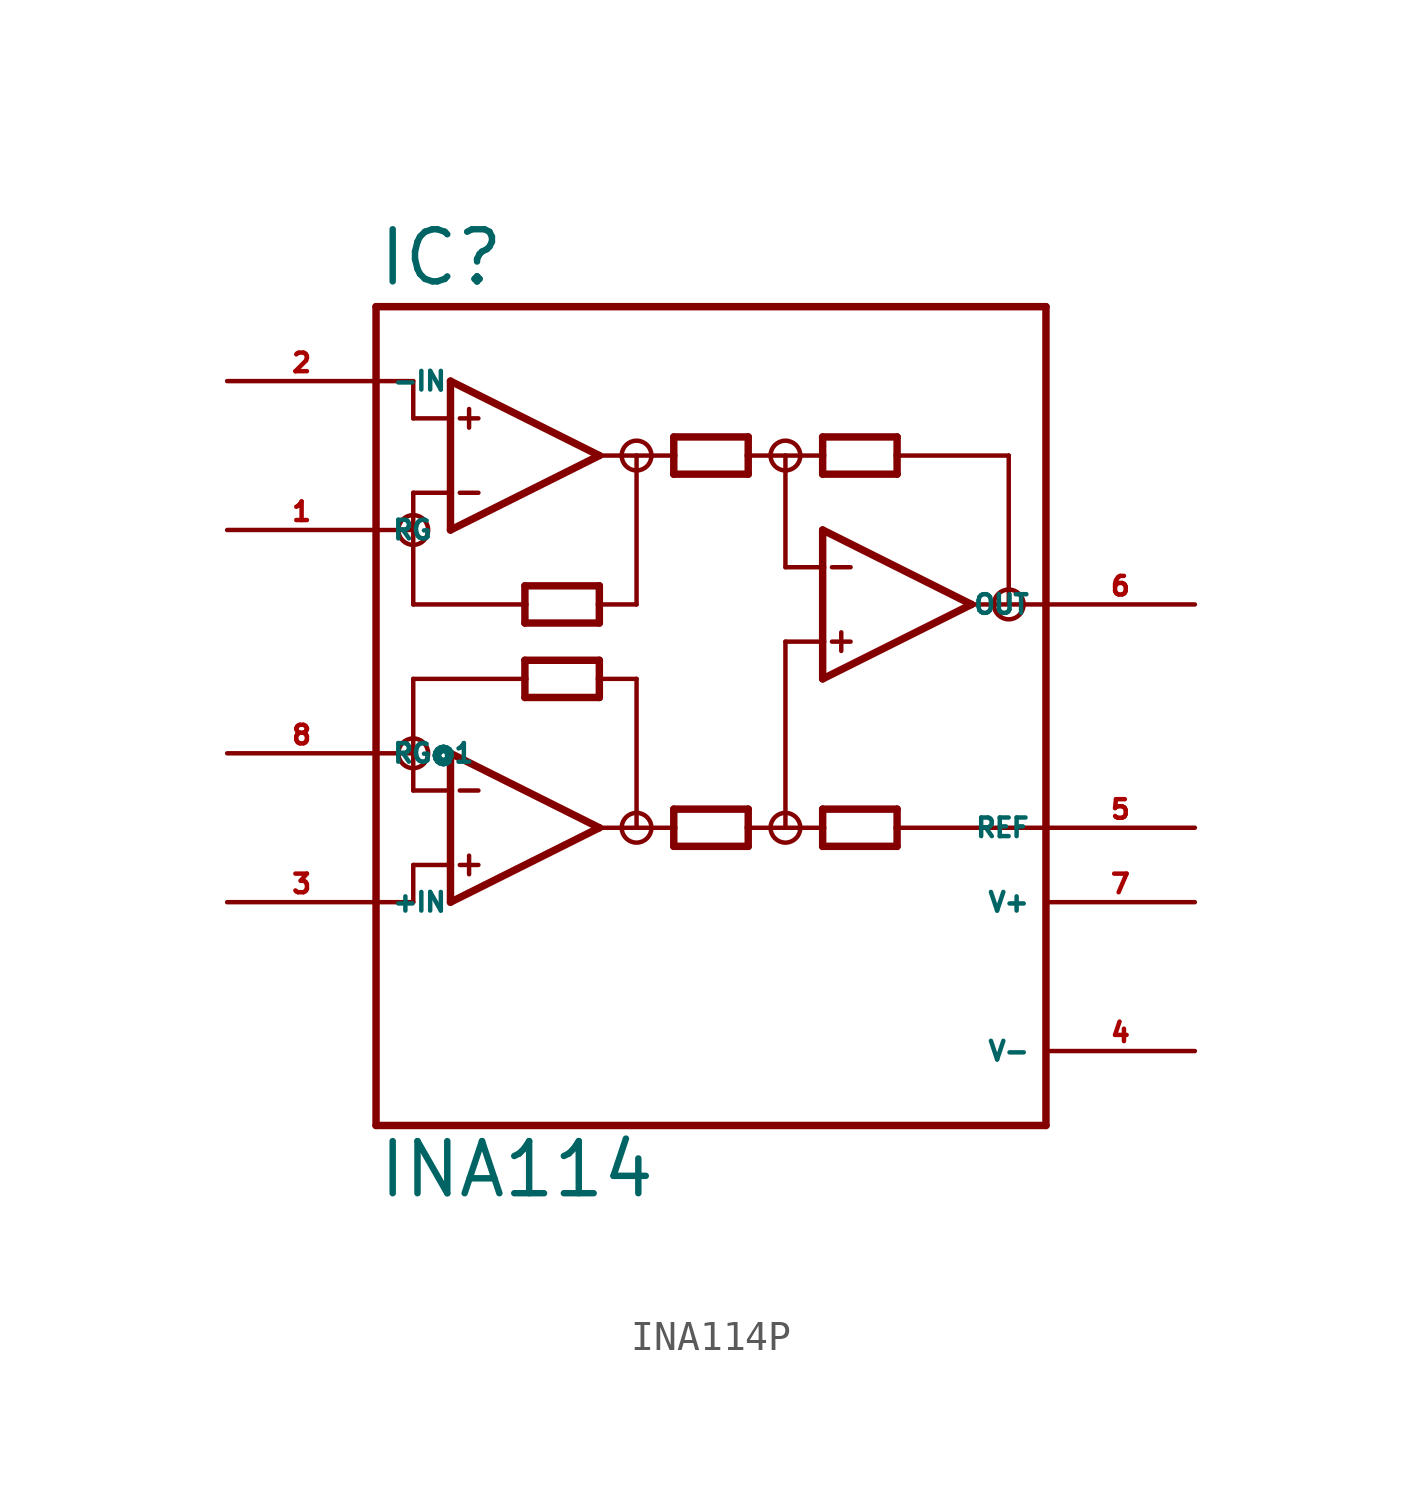
<source format=kicad_sym>
(kicad_symbol_lib
  (version 20220914)
  (generator Eagle2Kicad)
  (symbol "INA114P"
    (property "Reference" "IC"
      (at -12.7 15.875 0)
      (effects (font (size 1.778 1.778) (thickness 0.22)) (justify left bottom)))
    (property "Value" "INA114"
      (at -12.7 -15.24 0)
      (effects (font (size 1.778 1.778) (thickness 0.22)) (justify left bottom)))
    (polyline
      (pts (xy -10.16 7.62) (xy -10.16 8.89))
      (stroke (width 0.254) (type default))
      (fill (type none)))
    (polyline
      (pts (xy -10.16 8.89) (xy -10.16 11.43))
      (stroke (width 0.254) (type default))
      (fill (type none)))
    (polyline
      (pts (xy -10.16 11.43) (xy -10.16 12.7))
      (stroke (width 0.254) (type default))
      (fill (type none)))
    (polyline
      (pts (xy -10.16 12.7) (xy -5.08 10.16))
      (stroke (width 0.254) (type default))
      (fill (type none)))
    (polyline
      (pts (xy -5.08 10.16) (xy -10.16 7.62))
      (stroke (width 0.254) (type default))
      (fill (type none)))
    (polyline
      (pts (xy -5.08 4.445) (xy -5.08 5.08))
      (stroke (width 0.254) (type default))
      (fill (type none)))
    (polyline
      (pts (xy -5.08 5.08) (xy -5.08 5.715))
      (stroke (width 0.254) (type default))
      (fill (type none)))
    (polyline
      (pts (xy -5.08 5.715) (xy -7.62 5.715))
      (stroke (width 0.254) (type default))
      (fill (type none)))
    (polyline
      (pts (xy -7.62 5.715) (xy -7.62 5.08))
      (stroke (width 0.254) (type default))
      (fill (type none)))
    (polyline
      (pts (xy -7.62 5.08) (xy -7.62 4.445))
      (stroke (width 0.254) (type default))
      (fill (type none)))
    (polyline
      (pts (xy -7.62 4.445) (xy -5.08 4.445))
      (stroke (width 0.254) (type default))
      (fill (type none)))
    (polyline
      (pts (xy -2.54 9.525) (xy -2.54 10.16))
      (stroke (width 0.254) (type default))
      (fill (type none)))
    (polyline
      (pts (xy -2.54 10.16) (xy -2.54 10.795))
      (stroke (width 0.254) (type default))
      (fill (type none)))
    (polyline
      (pts (xy -2.54 10.795) (xy 0 10.795))
      (stroke (width 0.254) (type default))
      (fill (type none)))
    (polyline
      (pts (xy 0 10.795) (xy 0 10.16))
      (stroke (width 0.254) (type default))
      (fill (type none)))
    (polyline
      (pts (xy 0 10.16) (xy 0 9.525))
      (stroke (width 0.254) (type default))
      (fill (type none)))
    (polyline
      (pts (xy 0 9.525) (xy -2.54 9.525))
      (stroke (width 0.254) (type default))
      (fill (type none)))
    (polyline
      (pts (xy -10.16 11.43) (xy -11.43 11.43))
      (stroke (width 0.152) (type default))
      (fill (type none)))
    (polyline
      (pts (xy 5.08 10.795) (xy 5.08 10.16))
      (stroke (width 0.254) (type default))
      (fill (type none)))
    (polyline
      (pts (xy 5.08 10.16) (xy 5.08 9.525))
      (stroke (width 0.254) (type default))
      (fill (type none)))
    (polyline
      (pts (xy 5.08 9.525) (xy 2.54 9.525))
      (stroke (width 0.254) (type default))
      (fill (type none)))
    (polyline
      (pts (xy 2.54 9.525) (xy 2.54 10.16))
      (stroke (width 0.254) (type default))
      (fill (type none)))
    (polyline
      (pts (xy 2.54 10.16) (xy 2.54 10.795))
      (stroke (width 0.254) (type default))
      (fill (type none)))
    (polyline
      (pts (xy 2.54 10.795) (xy 5.08 10.795))
      (stroke (width 0.254) (type default))
      (fill (type none)))
    (polyline
      (pts (xy 2.54 -1.905) (xy 2.54 -2.54))
      (stroke (width 0.254) (type default))
      (fill (type none)))
    (polyline
      (pts (xy 2.54 -2.54) (xy 2.54 -3.175))
      (stroke (width 0.254) (type default))
      (fill (type none)))
    (polyline
      (pts (xy 2.54 -3.175) (xy 5.08 -3.175))
      (stroke (width 0.254) (type default))
      (fill (type none)))
    (polyline
      (pts (xy 5.08 -3.175) (xy 5.08 -2.54))
      (stroke (width 0.254) (type default))
      (fill (type none)))
    (polyline
      (pts (xy 5.08 -2.54) (xy 5.08 -1.905))
      (stroke (width 0.254) (type default))
      (fill (type none)))
    (polyline
      (pts (xy 5.08 -1.905) (xy 2.54 -1.905))
      (stroke (width 0.254) (type default))
      (fill (type none)))
    (polyline
      (pts (xy -10.16 8.89) (xy -11.43 8.89))
      (stroke (width 0.152) (type default))
      (fill (type none)))
    (polyline
      (pts (xy -9.842 11.43) (xy -9.207 11.43))
      (stroke (width 0.152) (type default))
      (fill (type none)))
    (polyline
      (pts (xy -9.842 8.89) (xy -9.207 8.89))
      (stroke (width 0.152) (type default))
      (fill (type none)))
    (polyline
      (pts (xy -9.525 11.748) (xy -9.525 11.113))
      (stroke (width 0.152) (type default))
      (fill (type none)))
    (polyline
      (pts (xy -12.7 -12.7) (xy 10.16 -12.7))
      (stroke (width 0.254) (type default))
      (fill (type none)))
    (polyline
      (pts (xy 10.16 -12.7) (xy 10.16 -2.54))
      (stroke (width 0.254) (type default))
      (fill (type none)))
    (polyline
      (pts (xy 10.16 -2.54) (xy 10.16 5.08))
      (stroke (width 0.254) (type default))
      (fill (type none)))
    (polyline
      (pts (xy 10.16 5.08) (xy 10.16 15.24))
      (stroke (width 0.254) (type default))
      (fill (type none)))
    (polyline
      (pts (xy 10.16 15.24) (xy -12.7 15.24))
      (stroke (width 0.254) (type default))
      (fill (type none)))
    (polyline
      (pts (xy -12.7 15.24) (xy -12.7 12.7))
      (stroke (width 0.254) (type default))
      (fill (type none)))
    (polyline
      (pts (xy -12.7 12.7) (xy -12.7 7.62))
      (stroke (width 0.254) (type default))
      (fill (type none)))
    (polyline
      (pts (xy -12.7 7.62) (xy -12.7 0))
      (stroke (width 0.254) (type default))
      (fill (type none)))
    (polyline
      (pts (xy -12.7 0) (xy -12.7 -5.08))
      (stroke (width 0.254) (type default))
      (fill (type none)))
    (polyline
      (pts (xy -12.7 -5.08) (xy -12.7 -12.7))
      (stroke (width 0.254) (type default))
      (fill (type none)))
    (polyline
      (pts (xy -10.16 -5.08) (xy -10.16 -3.81))
      (stroke (width 0.254) (type default))
      (fill (type none)))
    (polyline
      (pts (xy -10.16 -3.81) (xy -10.16 -1.27))
      (stroke (width 0.254) (type default))
      (fill (type none)))
    (polyline
      (pts (xy -10.16 -1.27) (xy -10.16 0))
      (stroke (width 0.254) (type default))
      (fill (type none)))
    (polyline
      (pts (xy -10.16 0) (xy -5.08 -2.54))
      (stroke (width 0.254) (type default))
      (fill (type none)))
    (polyline
      (pts (xy -5.08 -2.54) (xy -10.16 -5.08))
      (stroke (width 0.254) (type default))
      (fill (type none)))
    (polyline
      (pts (xy 0 -3.175) (xy 0 -2.54))
      (stroke (width 0.254) (type default))
      (fill (type none)))
    (polyline
      (pts (xy 0 -2.54) (xy 0 -1.905))
      (stroke (width 0.254) (type default))
      (fill (type none)))
    (polyline
      (pts (xy 0 -1.905) (xy -2.54 -1.905))
      (stroke (width 0.254) (type default))
      (fill (type none)))
    (polyline
      (pts (xy -2.54 -1.905) (xy -2.54 -2.54))
      (stroke (width 0.254) (type default))
      (fill (type none)))
    (polyline
      (pts (xy -2.54 -2.54) (xy -2.54 -3.175))
      (stroke (width 0.254) (type default))
      (fill (type none)))
    (polyline
      (pts (xy -2.54 -3.175) (xy 0 -3.175))
      (stroke (width 0.254) (type default))
      (fill (type none)))
    (polyline
      (pts (xy -7.62 1.905) (xy -7.62 2.54))
      (stroke (width 0.254) (type default))
      (fill (type none)))
    (polyline
      (pts (xy -7.62 2.54) (xy -7.62 3.175))
      (stroke (width 0.254) (type default))
      (fill (type none)))
    (polyline
      (pts (xy -7.62 3.175) (xy -5.08 3.175))
      (stroke (width 0.254) (type default))
      (fill (type none)))
    (polyline
      (pts (xy -5.08 3.175) (xy -5.08 2.54))
      (stroke (width 0.254) (type default))
      (fill (type none)))
    (polyline
      (pts (xy -5.08 2.54) (xy -5.08 1.905))
      (stroke (width 0.254) (type default))
      (fill (type none)))
    (polyline
      (pts (xy -5.08 1.905) (xy -7.62 1.905))
      (stroke (width 0.254) (type default))
      (fill (type none)))
    (polyline
      (pts (xy -10.16 -1.27) (xy -11.43 -1.27))
      (stroke (width 0.152) (type default))
      (fill (type none)))
    (polyline
      (pts (xy -10.16 -3.81) (xy -11.43 -3.81))
      (stroke (width 0.152) (type default))
      (fill (type none)))
    (polyline
      (pts (xy -9.842 -1.27) (xy -9.207 -1.27))
      (stroke (width 0.152) (type default))
      (fill (type none)))
    (polyline
      (pts (xy -9.842 -3.81) (xy -9.207 -3.81))
      (stroke (width 0.152) (type default))
      (fill (type none)))
    (polyline
      (pts (xy -9.525 -3.493) (xy -9.525 -4.128))
      (stroke (width 0.152) (type default))
      (fill (type none)))
    (polyline
      (pts (xy -11.43 11.43) (xy -11.43 12.7))
      (stroke (width 0.152) (type default))
      (fill (type none)))
    (polyline
      (pts (xy -11.43 12.7) (xy -12.7 12.7))
      (stroke (width 0.152) (type default))
      (fill (type none)))
    (polyline
      (pts (xy -11.43 8.89) (xy -11.43 7.62))
      (stroke (width 0.152) (type default))
      (fill (type none)))
    (polyline
      (pts (xy -11.43 7.62) (xy -12.7 7.62))
      (stroke (width 0.152) (type default))
      (fill (type none)))
    (polyline
      (pts (xy 2.54 2.54) (xy 2.54 3.81))
      (stroke (width 0.254) (type default))
      (fill (type none)))
    (polyline
      (pts (xy 2.54 3.81) (xy 2.54 6.35))
      (stroke (width 0.254) (type default))
      (fill (type none)))
    (polyline
      (pts (xy 2.54 6.35) (xy 2.54 7.62))
      (stroke (width 0.254) (type default))
      (fill (type none)))
    (polyline
      (pts (xy 2.54 7.62) (xy 7.62 5.08))
      (stroke (width 0.254) (type default))
      (fill (type none)))
    (polyline
      (pts (xy 7.62 5.08) (xy 2.54 2.54))
      (stroke (width 0.254) (type default))
      (fill (type none)))
    (polyline
      (pts (xy 2.54 3.81) (xy 1.27 3.81))
      (stroke (width 0.152) (type default))
      (fill (type none)))
    (polyline
      (pts (xy 2.857 6.35) (xy 3.493 6.35))
      (stroke (width 0.152) (type default))
      (fill (type none)))
    (polyline
      (pts (xy 2.857 3.81) (xy 3.493 3.81))
      (stroke (width 0.152) (type default))
      (fill (type none)))
    (polyline
      (pts (xy 3.175 4.128) (xy 3.175 3.493))
      (stroke (width 0.152) (type default))
      (fill (type none)))
    (polyline
      (pts (xy -5.08 10.16) (xy -3.81 10.16))
      (stroke (width 0.152) (type default))
      (fill (type none)))
    (polyline
      (pts (xy -3.81 10.16) (xy -2.54 10.16))
      (stroke (width 0.152) (type default))
      (fill (type none)))
    (polyline
      (pts (xy 0 10.16) (xy 1.27 10.16))
      (stroke (width 0.152) (type default))
      (fill (type none)))
    (polyline
      (pts (xy 1.27 10.16) (xy 2.54 10.16))
      (stroke (width 0.152) (type default))
      (fill (type none)))
    (polyline
      (pts (xy 7.62 5.08) (xy 8.89 5.08))
      (stroke (width 0.152) (type default))
      (fill (type none)))
    (polyline
      (pts (xy 8.89 5.08) (xy 8.89 10.16))
      (stroke (width 0.152) (type default))
      (fill (type none)))
    (polyline
      (pts (xy 8.89 10.16) (xy 5.08 10.16))
      (stroke (width 0.152) (type default))
      (fill (type none)))
    (polyline
      (pts (xy 8.89 5.08) (xy 10.16 5.08))
      (stroke (width 0.152) (type default))
      (fill (type none)))
    (polyline
      (pts (xy -11.43 7.62) (xy -11.43 5.08))
      (stroke (width 0.152) (type default))
      (fill (type none)))
    (polyline
      (pts (xy -11.43 5.08) (xy -7.62 5.08))
      (stroke (width 0.152) (type default))
      (fill (type none)))
    (polyline
      (pts (xy -3.81 10.16) (xy -3.81 5.08))
      (stroke (width 0.152) (type default))
      (fill (type none)))
    (polyline
      (pts (xy -3.81 5.08) (xy -5.08 5.08))
      (stroke (width 0.152) (type default))
      (fill (type none)))
    (polyline
      (pts (xy 1.27 10.16) (xy 1.27 6.35))
      (stroke (width 0.152) (type default))
      (fill (type none)))
    (polyline
      (pts (xy 1.27 6.35) (xy 2.54 6.35))
      (stroke (width 0.152) (type default))
      (fill (type none)))
    (polyline
      (pts (xy -7.62 2.54) (xy -11.43 2.54))
      (stroke (width 0.152) (type default))
      (fill (type none)))
    (polyline
      (pts (xy -11.43 2.54) (xy -11.43 0))
      (stroke (width 0.152) (type default))
      (fill (type none)))
    (polyline
      (pts (xy -11.43 0) (xy -11.43 -1.27))
      (stroke (width 0.152) (type default))
      (fill (type none)))
    (polyline
      (pts (xy -5.08 2.54) (xy -3.81 2.54))
      (stroke (width 0.152) (type default))
      (fill (type none)))
    (polyline
      (pts (xy -3.81 2.54) (xy -3.81 -2.54))
      (stroke (width 0.152) (type default))
      (fill (type none)))
    (polyline
      (pts (xy -3.81 -2.54) (xy -5.08 -2.54))
      (stroke (width 0.152) (type default))
      (fill (type none)))
    (polyline
      (pts (xy -3.81 -2.54) (xy -2.54 -2.54))
      (stroke (width 0.152) (type default))
      (fill (type none)))
    (polyline
      (pts (xy 0 -2.54) (xy 1.27 -2.54))
      (stroke (width 0.152) (type default))
      (fill (type none)))
    (polyline
      (pts (xy 1.27 -2.54) (xy 2.54 -2.54))
      (stroke (width 0.152) (type default))
      (fill (type none)))
    (polyline
      (pts (xy -11.43 -3.81) (xy -11.43 -5.08))
      (stroke (width 0.152) (type default))
      (fill (type none)))
    (polyline
      (pts (xy -11.43 -5.08) (xy -12.7 -5.08))
      (stroke (width 0.152) (type default))
      (fill (type none)))
    (polyline
      (pts (xy -12.7 0) (xy -11.43 0))
      (stroke (width 0.152) (type default))
      (fill (type none)))
    (polyline
      (pts (xy 1.27 3.81) (xy 1.27 -2.54))
      (stroke (width 0.152) (type default))
      (fill (type none)))
    (polyline
      (pts (xy 5.08 -2.54) (xy 10.16 -2.54))
      (stroke (width 0.152) (type default))
      (fill (type none)))
    (circle
      (center -11.43 7.62)
      (radius 0.508)
      (stroke (width 0) (type default))
      (fill (type none)))
    (circle
      (center -11.43 0)
      (radius 0.508)
      (stroke (width 0) (type default))
      (fill (type none)))
    (circle
      (center -3.81 -2.54)
      (radius 0.508)
      (stroke (width 0) (type default))
      (fill (type none)))
    (circle
      (center 1.27 -2.54)
      (radius 0.508)
      (stroke (width 0) (type default))
      (fill (type none)))
    (circle
      (center -3.81 10.16)
      (radius 0.508)
      (stroke (width 0) (type default))
      (fill (type none)))
    (circle
      (center 1.27 10.16)
      (radius 0.508)
      (stroke (width 0) (type default))
      (fill (type none)))
    (circle
      (center 8.89 5.08)
      (radius 0.508)
      (stroke (width 0) (type default))
      (fill (type none)))
    (pin input line
      (at -17.78 12.7 0)
      (length 5.08)
      (name "-IN" (effects (font (size 0.635 0.635) (thickness 0.08)) (justify left bottom)))
      (number "2" (effects (font (size 0.635 0.635) (thickness 0.08)) (justify left bottom))))
    (pin passive line
      (at -17.78 7.62 0)
      (length 5.08)
      (name "RG" (effects (font (size 0.635 0.635) (thickness 0.08)) (justify left bottom)))
      (number "1" (effects (font (size 0.635 0.635) (thickness 0.08)) (justify left bottom))))
    (pin output line
      (at 15.24 5.08 180)
      (length 5.08)
      (name "OUT" (effects (font (size 0.635 0.635) (thickness 0.08)) (justify left bottom)))
      (number "6" (effects (font (size 0.635 0.635) (thickness 0.08)) (justify left bottom))))
    (pin unspecified line
      (at 15.24 -5.08 180)
      (length 5.08)
      (name "V+" (effects (font (size 0.635 0.635) (thickness 0.08)) (justify left bottom)))
      (number "7" (effects (font (size 0.635 0.635) (thickness 0.08)) (justify left bottom))))
    (pin unspecified line
      (at 15.24 -10.16 180)
      (length 5.08)
      (name "V-" (effects (font (size 0.635 0.635) (thickness 0.08)) (justify left bottom)))
      (number "4" (effects (font (size 0.635 0.635) (thickness 0.08)) (justify left bottom))))
    (pin passive line
      (at -17.78 0 0)
      (length 5.08)
      (name "RG@1" (effects (font (size 0.635 0.635) (thickness 0.08)) (justify left bottom)))
      (number "8" (effects (font (size 0.635 0.635) (thickness 0.08)) (justify left bottom))))
    (pin input line
      (at -17.78 -5.08 0)
      (length 5.08)
      (name "+IN" (effects (font (size 0.635 0.635) (thickness 0.08)) (justify left bottom)))
      (number "3" (effects (font (size 0.635 0.635) (thickness 0.08)) (justify left bottom))))
    (pin passive line
      (at 15.24 -2.54 180)
      (length 5.08)
      (name "REF" (effects (font (size 0.635 0.635) (thickness 0.08)) (justify left bottom)))
      (number "5" (effects (font (size 0.635 0.635) (thickness 0.08)) (justify left bottom))))))
</source>
